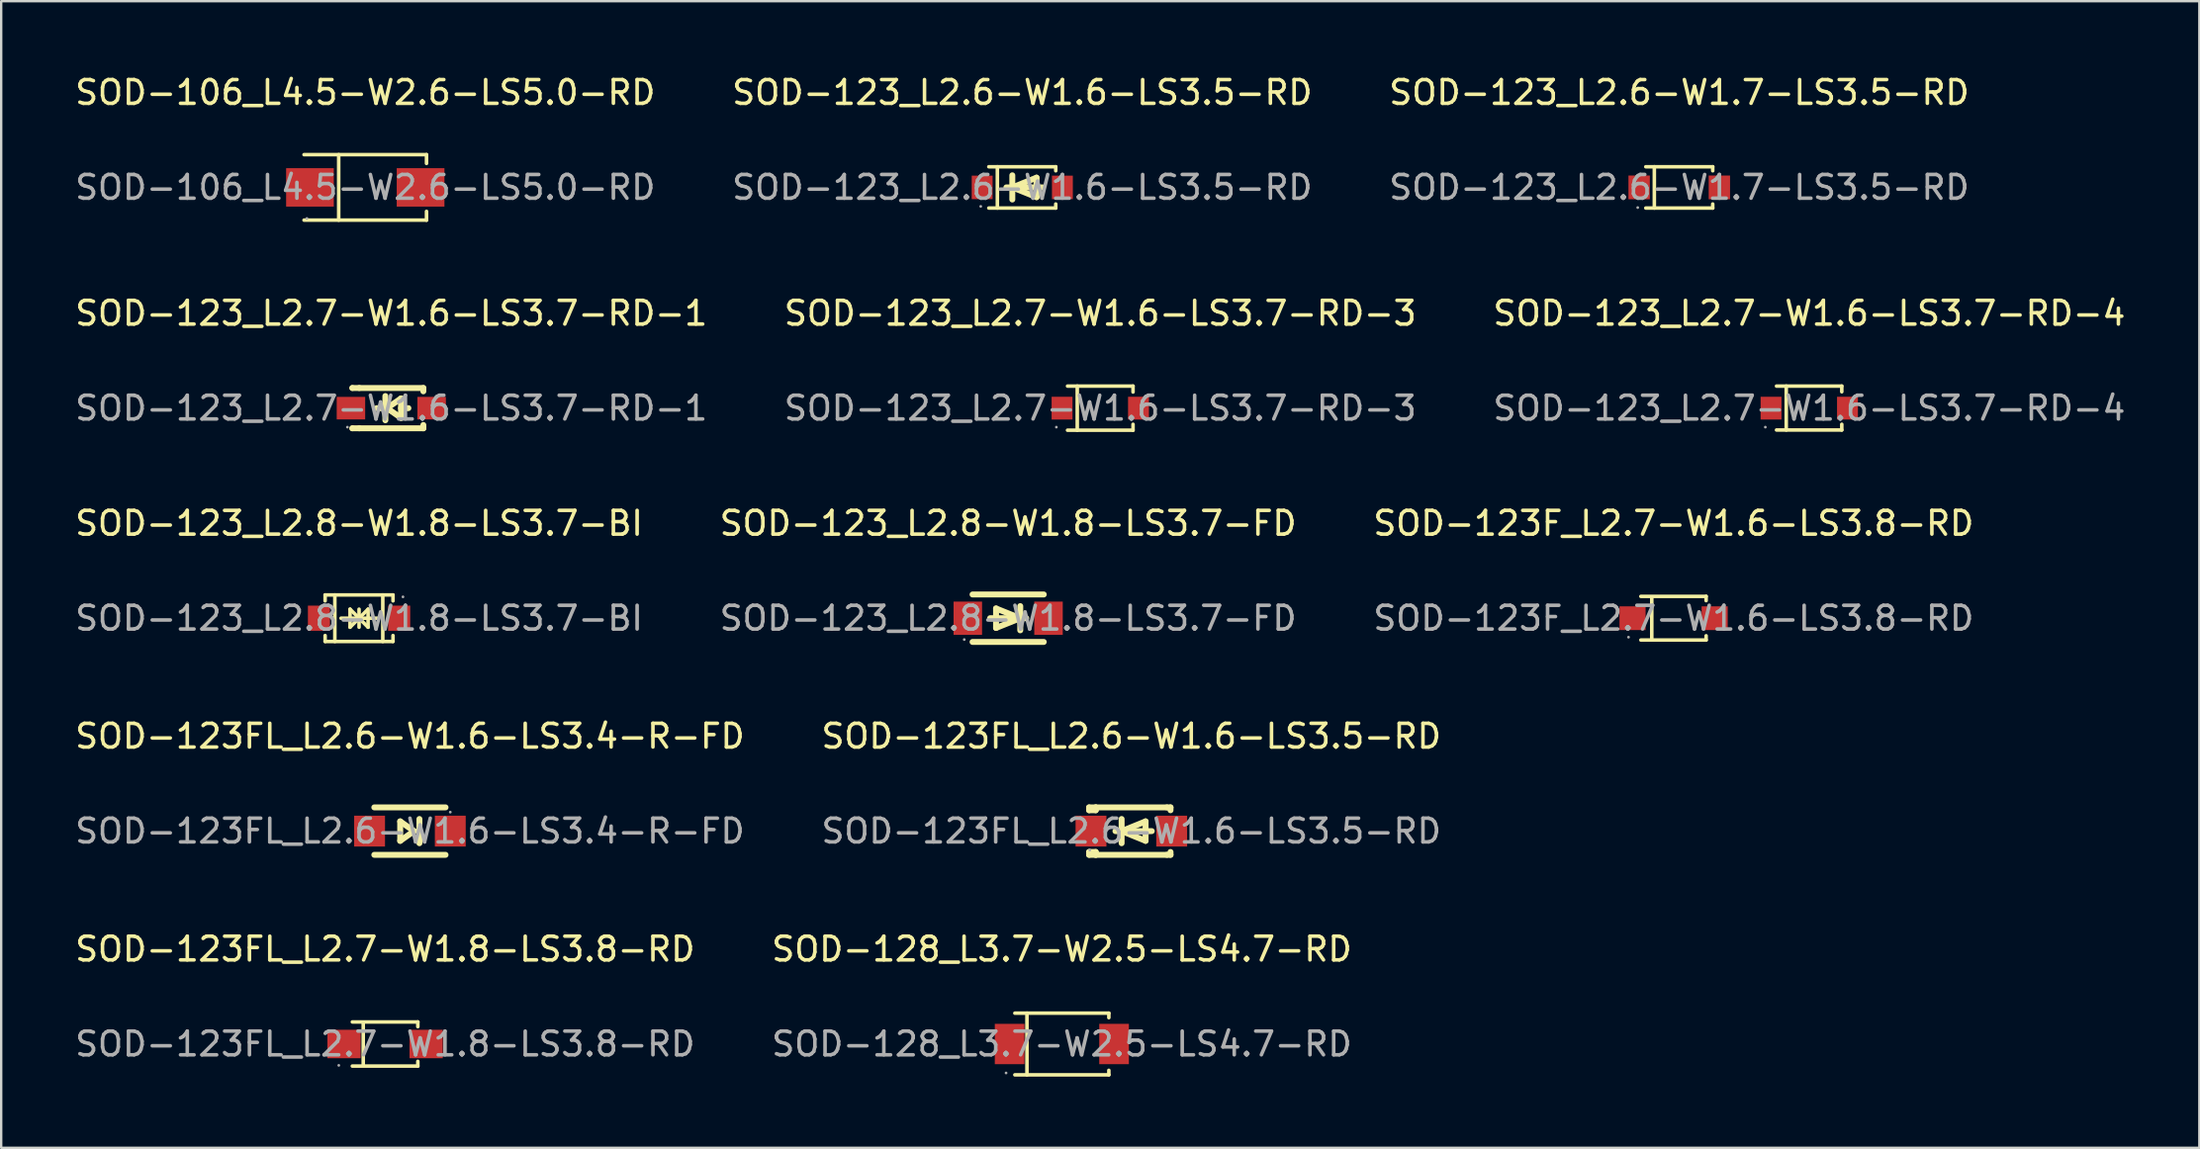
<source format=kicad_pcb>
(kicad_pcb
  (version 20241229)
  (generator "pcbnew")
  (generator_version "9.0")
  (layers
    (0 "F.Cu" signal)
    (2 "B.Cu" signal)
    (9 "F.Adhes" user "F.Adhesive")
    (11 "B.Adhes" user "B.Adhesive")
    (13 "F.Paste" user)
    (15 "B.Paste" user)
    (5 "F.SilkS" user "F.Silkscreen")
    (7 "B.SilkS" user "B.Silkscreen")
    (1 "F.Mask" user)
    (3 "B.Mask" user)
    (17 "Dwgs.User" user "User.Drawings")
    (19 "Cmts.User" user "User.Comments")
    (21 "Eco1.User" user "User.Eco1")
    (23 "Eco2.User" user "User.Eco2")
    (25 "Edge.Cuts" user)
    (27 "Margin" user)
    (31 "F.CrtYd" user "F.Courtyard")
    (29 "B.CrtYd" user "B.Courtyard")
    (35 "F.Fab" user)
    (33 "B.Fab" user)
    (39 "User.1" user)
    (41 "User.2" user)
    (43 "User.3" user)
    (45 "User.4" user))
  (footprint "SOD-123_L2.7-W1.6-LS3.7-RD-4"
    (layer "F.Cu")
    (at 73.173 14.152)
    (property "Reference" "SOD-123_L2.7-W1.6-LS3.7-RD-4" (at 0 -4 0) (layer "F.SilkS") (effects (font (size 1 1) (thickness 0.15))))
    (attr through_hole)
    (fp_line (start -1.38 -0.93) (end 1.37 -0.93) (stroke (width 0.15) (type solid)) (layer "F.SilkS"))
    (fp_line (start -1.38 0.92) (end 1.37 0.92) (stroke (width 0.15) (type solid)) (layer "F.SilkS"))
    (fp_line (start -0.97 -0.93) (end -0.97 0.92) (stroke (width 0.15) (type solid)) (layer "F.SilkS"))
    (fp_line (start 1.37 -0.93) (end 1.37 -0.69) (stroke (width 0.15) (type solid)) (layer "F.SilkS"))
    (fp_line (start 1.37 0.92) (end 1.37 0.68) (stroke (width 0.15) (type solid)) (layer "F.SilkS"))
    (fp_circle (center -1.85 0.8) (end -1.82 0.8) (stroke (width 0.06) (type solid)) (fill no) (layer "F.Fab"))
    (fp_text user "${REFERENCE}" (at 0 0 0) (layer "F.Fab") (effects (font (size 1 1) (thickness 0.15))))
    (pad "1" smd rect (at -1.61 0) (size 0.88 0.96) (layers "F.Cu" "F.Mask" "F.Paste"))
    (pad "2" smd rect (at 1.61 0) (size 0.88 0.96) (layers "F.Cu" "F.Mask" "F.Paste")))
  (footprint "SOD-123_L2.7-W1.6-LS3.7-RD-3"
    (layer "F.Cu")
    (at 43.304 14.152)
    (property "Reference" "SOD-123_L2.7-W1.6-LS3.7-RD-3" (at 0 -4 0) (layer "F.SilkS") (effects (font (size 1 1) (thickness 0.15))))
    (attr through_hole)
    (fp_line (start -1.38 -0.93) (end 1.38 -0.93) (stroke (width 0.15) (type solid)) (layer "F.SilkS"))
    (fp_line (start -1.38 0.93) (end 1.38 0.93) (stroke (width 0.15) (type solid)) (layer "F.SilkS"))
    (fp_line (start -0.97 -0.93) (end -0.97 0.93) (stroke (width 0.15) (type solid)) (layer "F.SilkS"))
    (fp_line (start 1.38 -0.93) (end 1.38 -0.68) (stroke (width 0.15) (type solid)) (layer "F.SilkS"))
    (fp_line (start 1.38 0.93) (end 1.38 0.68) (stroke (width 0.15) (type solid)) (layer "F.SilkS"))
    (fp_circle (center -1.85 0.8) (end -1.82 0.8) (stroke (width 0.06) (type solid)) (fill no) (layer "F.Fab"))
    (fp_text user "${REFERENCE}" (at 0 0 0) (layer "F.Fab") (effects (font (size 1 1) (thickness 0.15))))
    (pad "1" smd rect (at -1.61 0) (size 0.88 0.96) (layers "F.Cu" "F.Mask" "F.Paste"))
    (pad "2" smd rect (at 1.61 0) (size 0.88 0.96) (layers "F.Cu" "F.Mask" "F.Paste")))
  (footprint "SOD-123FL_L2.7-W1.8-LS3.8-RD"
    (layer "F.Cu")
    (at 13.173 40.951)
    (property "Reference" "SOD-123FL_L2.7-W1.8-LS3.8-RD" (at 0 -4 0) (layer "F.SilkS") (effects (font (size 1 1) (thickness 0.15))))
    (attr through_hole)
    (fp_line (start -1.38 -0.93) (end 1.38 -0.93) (stroke (width 0.15) (type solid)) (layer "F.SilkS"))
    (fp_line (start -1.38 0.93) (end 1.38 0.93) (stroke (width 0.15) (type solid)) (layer "F.SilkS"))
    (fp_line (start -0.92 -0.88) (end -0.92 0.88) (stroke (width 0.15) (type solid)) (layer "F.SilkS"))
    (fp_line (start 1.38 -0.93) (end 1.38 -0.73) (stroke (width 0.15) (type solid)) (layer "F.SilkS"))
    (fp_line (start 1.38 0.93) (end 1.38 0.73) (stroke (width 0.15) (type solid)) (layer "F.SilkS"))
    (fp_circle (center -1.95 0.9) (end -1.92 0.9) (stroke (width 0.06) (type solid)) (fill no) (layer "F.Fab"))
    (fp_text user "${REFERENCE}" (at 0 0 0) (layer "F.Fab") (effects (font (size 1 1) (thickness 0.15))))
    (pad "1" smd rect (at -1.73 0) (size 1.4 1.2) (layers "F.Cu" "F.Mask" "F.Paste"))
    (pad "2" smd rect (at 1.73 0) (size 1.4 1.2) (layers "F.Cu" "F.Mask" "F.Paste")))
  (footprint "SOD-123_L2.8-W1.8-LS3.7-BI"
    (layer "F.Cu")
    (at 12.077 23.005)
    (property "Reference" "SOD-123_L2.8-W1.8-LS3.7-BI" (at 0 -4 0) (layer "F.SilkS") (effects (font (size 1 1) (thickness 0.15))))
    (attr through_hole)
    (fp_line (start -1.43 -0.98) (end -1.43 -0.73) (stroke (width 0.15) (type solid)) (layer "F.SilkS"))
    (fp_line (start -1.43 -0.98) (end 1.43 -0.98) (stroke (width 0.15) (type solid)) (layer "F.SilkS"))
    (fp_line (start -1.43 0.98) (end -1.43 0.73) (stroke (width 0.15) (type solid)) (layer "F.SilkS"))
    (fp_line (start -1.43 0.98) (end 1.43 0.98) (stroke (width 0.15) (type solid)) (layer "F.SilkS"))
    (fp_line (start -1.02 -0.98) (end -1.02 0.98) (stroke (width 0.15) (type solid)) (layer "F.SilkS"))
    (fp_line (start -0.76 0) (end 0.76 0) (stroke (width 0.15) (type solid)) (layer "F.SilkS"))
    (fp_line (start -0.38 -0.38) (end 0 0) (stroke (width 0.15) (type solid)) (layer "F.SilkS"))
    (fp_line (start -0.38 0.38) (end -0.38 -0.38) (stroke (width 0.15) (type solid)) (layer "F.SilkS"))
    (fp_line (start 0 -0.38) (end 0 0.38) (stroke (width 0.15) (type solid)) (layer "F.SilkS"))
    (fp_line (start 0 0) (end -0.38 0.38) (stroke (width 0.15) (type solid)) (layer "F.SilkS"))
    (fp_line (start 0 0) (end 0.38 -0.38) (stroke (width 0.15) (type solid)) (layer "F.SilkS"))
    (fp_line (start 0.38 -0.38) (end 0.38 0.38) (stroke (width 0.15) (type solid)) (layer "F.SilkS"))
    (fp_line (start 0.38 0.38) (end 0 0) (stroke (width 0.15) (type solid)) (layer "F.SilkS"))
    (fp_line (start 1 -0.98) (end 1 0.98) (stroke (width 0.15) (type solid)) (layer "F.SilkS"))
    (fp_line (start 1.43 -0.98) (end 1.43 -0.73) (stroke (width 0.15) (type solid)) (layer "F.SilkS"))
    (fp_line (start 1.43 0.98) (end 1.43 0.73) (stroke (width 0.15) (type solid)) (layer "F.SilkS"))
    (fp_circle (center 1.85 -0.9) (end 1.88 -0.9) (stroke (width 0.06) (type solid)) (fill no) (layer "F.Fab"))
    (fp_text user "${REFERENCE}" (at 0 0 0) (layer "F.Fab") (effects (font (size 1 1) (thickness 0.15))))
    (pad "1" smd rect (at 1.69 0 180) (size 0.93 1.06) (layers "F.Cu" "F.Mask" "F.Paste"))
    (pad "2" smd rect (at -1.69 0 180) (size 0.93 1.06) (layers "F.Cu" "F.Mask" "F.Paste")))
  (footprint "SOD-123_L2.6-W1.7-LS3.5-RD"
    (layer "F.Cu")
    (at 67.696 4.848)
    (property "Reference" "SOD-123_L2.6-W1.7-LS3.5-RD" (at 0 -4 0) (layer "F.SilkS") (effects (font (size 1 1) (thickness 0.15))))
    (attr through_hole)
    (fp_line (start -1.41 -0.87) (end 1.41 -0.87) (stroke (width 0.15) (type solid)) (layer "F.SilkS"))
    (fp_line (start -1.41 0.87) (end 1.41 0.87) (stroke (width 0.15) (type solid)) (layer "F.SilkS"))
    (fp_line (start -1.05 -0.87) (end -1.05 0.87) (stroke (width 0.15) (type solid)) (layer "F.SilkS"))
    (fp_line (start 1.41 -0.87) (end 1.41 -0.7) (stroke (width 0.15) (type solid)) (layer "F.SilkS"))
    (fp_line (start 1.41 0.87) (end 1.41 0.7) (stroke (width 0.15) (type solid)) (layer "F.SilkS"))
    (fp_circle (center -1.75 0.85) (end -1.72 0.85) (stroke (width 0.06) (type solid)) (fill no) (layer "F.Fab"))
    (fp_text user "${REFERENCE}" (at 0 0 0) (layer "F.Fab") (effects (font (size 1 1) (thickness 0.15))))
    (pad "1" smd rect (at -1.69 0) (size 0.9 1) (layers "F.Cu" "F.Mask" "F.Paste"))
    (pad "2" smd rect (at 1.69 0) (size 0.9 1) (layers "F.Cu" "F.Mask" "F.Paste")))
  (footprint "SOD-123_L2.8-W1.8-LS3.7-FD"
    (layer "F.Cu")
    (at 39.423 23.005)
    (property "Reference" "SOD-123_L2.8-W1.8-LS3.7-FD" (at 0 -4 0) (layer "F.SilkS") (effects (font (size 1 1) (thickness 0.15))))
    (attr through_hole)
    (fp_line (start -1.5 -1) (end 1.5 -1) (stroke (width 0.25) (type solid)) (layer "F.SilkS"))
    (fp_line (start -1.5 1) (end 1.5 1) (stroke (width 0.25) (type solid)) (layer "F.SilkS"))
    (fp_line (start -0.51 -0.41) (end 0.51 0) (stroke (width 0.25) (type solid)) (layer "F.SilkS"))
    (fp_line (start -0.51 0.41) (end -0.51 -0.41) (stroke (width 0.25) (type solid)) (layer "F.SilkS"))
    (fp_line (start 0.51 0) (end -0.51 0.41) (stroke (width 0.25) (type solid)) (layer "F.SilkS"))
    (fp_line (start 0.51 0.51) (end 0.51 -0.51) (stroke (width 0.25) (type solid)) (layer "F.SilkS"))
    (fp_line (start 0.76 0) (end -0.76 0) (stroke (width 0.25) (type solid)) (layer "F.SilkS"))
    (fp_circle (center -1.85 0.9) (end -1.82 0.9) (stroke (width 0.06) (type solid)) (fill no) (layer "F.Fab"))
    (fp_text user "${REFERENCE}" (at 0 0 0) (layer "F.Fab") (effects (font (size 1 1) (thickness 0.15))))
    (pad "1" smd rect (at -1.7 0) (size 1.2 1.4) (layers "F.Cu" "F.Mask" "F.Paste"))
    (pad "2" smd rect (at 1.7 0) (size 1.2 1.4) (layers "F.Cu" "F.Mask" "F.Paste")))
  (footprint "SOD-123F_L2.7-W1.6-LS3.8-RD"
    (layer "F.Cu")
    (at 67.458 23.005)
    (property "Reference" "SOD-123F_L2.7-W1.6-LS3.8-RD" (at 0 -4 0) (layer "F.SilkS") (effects (font (size 1 1) (thickness 0.15))))
    (attr through_hole)
    (fp_line (start -1.38 -0.92) (end 1.37 -0.92) (stroke (width 0.15) (type solid)) (layer "F.SilkS"))
    (fp_line (start -1.38 0.92) (end 1.37 0.92) (stroke (width 0.15) (type solid)) (layer "F.SilkS"))
    (fp_line (start -0.92 -0.88) (end -0.92 0.88) (stroke (width 0.15) (type solid)) (layer "F.SilkS"))
    (fp_line (start 1.37 -0.92) (end 1.37 -0.74) (stroke (width 0.15) (type solid)) (layer "F.SilkS"))
    (fp_line (start 1.37 0.92) (end 1.37 0.74) (stroke (width 0.15) (type solid)) (layer "F.SilkS"))
    (fp_circle (center -1.9 0.8) (end -1.87 0.8) (stroke (width 0.06) (type solid)) (fill no) (layer "F.Fab"))
    (fp_text user "${REFERENCE}" (at 0 0 0) (layer "F.Fab") (effects (font (size 1 1) (thickness 0.15))))
    (pad "1" smd rect (at -1.73 0) (size 1.1 1) (layers "F.Cu" "F.Mask" "F.Paste"))
    (pad "2" smd rect (at 1.73 0) (size 1.1 1) (layers "F.Cu" "F.Mask" "F.Paste")))
  (footprint "SOD-123_L2.6-W1.6-LS3.5-RD"
    (layer "F.Cu")
    (at 40.018 4.848)
    (property "Reference" "SOD-123_L2.6-W1.6-LS3.5-RD" (at 0 -4 0) (layer "F.SilkS") (effects (font (size 1 1) (thickness 0.15))))
    (attr through_hole)
    (fp_line (start -1.41 -0.87) (end 1.41 -0.87) (stroke (width 0.15) (type solid)) (layer "F.SilkS"))
    (fp_line (start -1.41 0.87) (end 1.41 0.87) (stroke (width 0.15) (type solid)) (layer "F.SilkS"))
    (fp_line (start -1.05 -0.87) (end -1.05 0.87) (stroke (width 0.15) (type solid)) (layer "F.SilkS"))
    (fp_line (start -0.67 0) (end 0.85 0) (stroke (width 0.25) (type solid)) (layer "F.SilkS"))
    (fp_line (start -0.42 -0.51) (end -0.42 0.51) (stroke (width 0.25) (type solid)) (layer "F.SilkS"))
    (fp_line (start -0.42 0) (end 0.6 -0.41) (stroke (width 0.25) (type solid)) (layer "F.SilkS"))
    (fp_line (start 0.6 -0.41) (end 0.6 0.41) (stroke (width 0.25) (type solid)) (layer "F.SilkS"))
    (fp_line (start 0.6 0.41) (end -0.42 0) (stroke (width 0.25) (type solid)) (layer "F.SilkS"))
    (fp_line (start 1.41 -0.87) (end 1.41 -0.7) (stroke (width 0.15) (type solid)) (layer "F.SilkS"))
    (fp_line (start 1.41 0.87) (end 1.41 0.7) (stroke (width 0.15) (type solid)) (layer "F.SilkS"))
    (fp_circle (center -1.75 0.8) (end -1.72 0.8) (stroke (width 0.06) (type solid)) (fill no) (layer "F.Fab"))
    (fp_text user "${REFERENCE}" (at 0 0 0) (layer "F.Fab") (effects (font (size 1 1) (thickness 0.15))))
    (pad "1" smd rect (at -1.69 0) (size 0.88 0.99) (layers "F.Cu" "F.Mask" "F.Paste"))
    (pad "2" smd rect (at 1.69 0) (size 0.88 0.99) (layers "F.Cu" "F.Mask" "F.Paste")))
  (footprint "SOD-106_L4.5-W2.6-LS5.0-RD"
    (layer "F.Cu")
    (at 12.339 4.848)
    (property "Reference" "SOD-106_L4.5-W2.6-LS5.0-RD" (at 0 -4 0) (layer "F.SilkS") (effects (font (size 1 1) (thickness 0.15))))
    (attr through_hole)
    (fp_line (start -2.58 -1.38) (end 2.58 -1.38) (stroke (width 0.15) (type solid)) (layer "F.SilkS"))
    (fp_line (start -2.58 1.38) (end 2.58 1.38) (stroke (width 0.15) (type solid)) (layer "F.SilkS"))
    (fp_line (start -1.12 -1.38) (end -1.12 1.38) (stroke (width 0.15) (type solid)) (layer "F.SilkS"))
    (fp_line (start 2.58 -1.38) (end 2.58 -1.01) (stroke (width 0.15) (type solid)) (layer "F.SilkS"))
    (fp_line (start 2.58 1.38) (end 2.58 1.01) (stroke (width 0.15) (type solid)) (layer "F.SilkS"))
    (fp_circle (center -2.46 1.31) (end -2.43 1.31) (stroke (width 0.06) (type solid)) (fill no) (layer "F.Fab"))
    (fp_text user "${REFERENCE}" (at 0 0 0) (layer "F.Fab") (effects (font (size 1 1) (thickness 0.15))))
    (pad "1" smd rect (at -2.33 0 180) (size 2.01 1.62) (layers "F.Cu" "F.Mask" "F.Paste"))
    (pad "2" smd rect (at 2.33 0 180) (size 2.01 1.62) (layers "F.Cu" "F.Mask" "F.Paste")))
  (footprint "SOD-123FL_L2.6-W1.6-LS3.5-RD"
    (layer "F.Cu")
    (at 44.613 31.978)
    (property "Reference" "SOD-123FL_L2.6-W1.6-LS3.5-RD" (at 0 -4 0) (layer "F.SilkS") (effects (font (size 1 1) (thickness 0.15))))
    (attr through_hole)
    (fp_line (start -1.78 -1) (end -1.78 -0.88) (stroke (width 0.25) (type solid)) (layer "F.SilkS"))
    (fp_line (start -1.78 1) (end -1.78 0.88) (stroke (width 0.25) (type solid)) (layer "F.SilkS"))
    (fp_line (start -1.5 -1) (end -1.78 -1) (stroke (width 0.25) (type solid)) (layer "F.SilkS"))
    (fp_line (start -1.5 -1) (end -1.5 -0.88) (stroke (width 0.25) (type solid)) (layer "F.SilkS"))
    (fp_line (start -1.5 -1) (end 1.5 -1) (stroke (width 0.25) (type solid)) (layer "F.SilkS"))
    (fp_line (start -1.5 -0.88) (end -1.78 -0.88) (stroke (width 0.25) (type solid)) (layer "F.SilkS"))
    (fp_line (start -1.5 0.88) (end -1.78 0.88) (stroke (width 0.25) (type solid)) (layer "F.SilkS"))
    (fp_line (start -1.5 0.88) (end -1.5 1) (stroke (width 0.25) (type solid)) (layer "F.SilkS"))
    (fp_line (start -1.5 1) (end -1.78 1) (stroke (width 0.25) (type solid)) (layer "F.SilkS"))
    (fp_line (start -0.67 0) (end 0.86 0) (stroke (width 0.25) (type solid)) (layer "F.SilkS"))
    (fp_line (start -0.41 -0.51) (end -0.41 0.51) (stroke (width 0.25) (type solid)) (layer "F.SilkS"))
    (fp_line (start -0.41 0) (end 0.6 -0.41) (stroke (width 0.25) (type solid)) (layer "F.SilkS"))
    (fp_line (start 0.6 -0.41) (end 0.6 0.41) (stroke (width 0.25) (type solid)) (layer "F.SilkS"))
    (fp_line (start 0.6 0.41) (end -0.41 0) (stroke (width 0.25) (type solid)) (layer "F.SilkS"))
    (fp_line (start 1.5 -1) (end 1.65 -1) (stroke (width 0.25) (type solid)) (layer "F.SilkS"))
    (fp_line (start 1.5 1) (end -1.5 1) (stroke (width 0.25) (type solid)) (layer "F.SilkS"))
    (fp_line (start 1.65 -1) (end 1.65 -0.88) (stroke (width 0.25) (type solid)) (layer "F.SilkS"))
    (fp_line (start 1.65 0.88) (end 1.65 1) (stroke (width 0.25) (type solid)) (layer "F.SilkS"))
    (fp_line (start 1.65 1) (end 1.5 1) (stroke (width 0.25) (type solid)) (layer "F.SilkS"))
    (fp_circle (center -1.75 0.8) (end -1.72 0.8) (stroke (width 0.06) (type solid)) (fill no) (layer "F.Fab"))
    (fp_text user "${REFERENCE}" (at 0 0 0) (layer "F.Fab") (effects (font (size 1 1) (thickness 0.15))))
    (pad "1" smd rect (at -1.7 0) (size 1.3 1.3) (layers "F.Cu" "F.Mask" "F.Paste"))
    (pad "2" smd rect (at 1.7 0) (size 1.3 1.3) (layers "F.Cu" "F.Mask" "F.Paste")))
  (footprint "SOD-123FL_L2.6-W1.6-LS3.4-R-FD"
    (layer "F.Cu")
    (at 14.22 31.978)
    (property "Reference" "SOD-123FL_L2.6-W1.6-LS3.4-R-FD" (at 0 -4 0) (layer "F.SilkS") (effects (font (size 1 1) (thickness 0.15))))
    (attr through_hole)
    (fp_line (start -1.5 -1) (end 1.5 -1) (stroke (width 0.25) (type solid)) (layer "F.SilkS"))
    (fp_line (start -0.41 -0.41) (end 0.17 0) (stroke (width 0.25) (type solid)) (layer "F.SilkS"))
    (fp_line (start -0.41 0.41) (end -0.41 -0.41) (stroke (width 0.25) (type solid)) (layer "F.SilkS"))
    (fp_line (start 0.17 0) (end -0.41 0.41) (stroke (width 0.25) (type solid)) (layer "F.SilkS"))
    (fp_line (start 0.4 0.51) (end 0.4 -0.51) (stroke (width 0.25) (type solid)) (layer "F.SilkS"))
    (fp_line (start 1.5 1) (end -1.5 1) (stroke (width 0.25) (type solid)) (layer "F.SilkS"))
    (fp_circle (center 1.7 -0.8) (end 1.73 -0.8) (stroke (width 0.06) (type solid)) (fill no) (layer "F.Fab"))
    (fp_text user "${REFERENCE}" (at 0 0 0) (layer "F.Fab") (effects (font (size 1 1) (thickness 0.15))))
    (pad "1" smd rect (at 1.7 0 180) (size 1.3 1.3) (layers "F.Cu" "F.Mask" "F.Paste"))
    (pad "2" smd rect (at -1.7 0 180) (size 1.3 1.3) (layers "F.Cu" "F.Mask" "F.Paste")))
  (footprint "SOD-128_L3.7-W2.5-LS4.7-RD"
    (layer "F.Cu")
    (at 41.685 40.951)
    (property "Reference" "SOD-128_L3.7-W2.5-LS4.7-RD" (at 0 -4 0) (layer "F.SilkS") (effects (font (size 1 1) (thickness 0.15))))
    (attr through_hole)
    (fp_line (start -1.98 -1.3) (end 1.98 -1.3) (stroke (width 0.15) (type solid)) (layer "F.SilkS"))
    (fp_line (start -1.98 1.3) (end 1.98 1.3) (stroke (width 0.15) (type solid)) (layer "F.SilkS"))
    (fp_line (start -1.47 -1.3) (end -1.47 1.3) (stroke (width 0.15) (type solid)) (layer "F.SilkS"))
    (fp_line (start 1.98 -1.3) (end 1.98 -1.11) (stroke (width 0.15) (type solid)) (layer "F.SilkS"))
    (fp_line (start 1.98 1.3) (end 1.98 1.11) (stroke (width 0.15) (type solid)) (layer "F.SilkS"))
    (fp_circle (center -2.35 1.22) (end -2.32 1.22) (stroke (width 0.06) (type solid)) (fill no) (layer "F.Fab"))
    (fp_text user "${REFERENCE}" (at 0 0 0) (layer "F.Fab") (effects (font (size 1 1) (thickness 0.15))))
    (pad "1" smd rect (at -2.2 0 180) (size 1.25 1.7) (layers "F.Cu" "F.Mask" "F.Paste"))
    (pad "2" smd rect (at 2.2 0 180) (size 1.25 1.7) (layers "F.Cu" "F.Mask" "F.Paste")))
  (footprint "SOD-123_L2.7-W1.6-LS3.7-RD-1"
    (layer "F.Cu")
    (at 13.435 14.152)
    (property "Reference" "SOD-123_L2.7-W1.6-LS3.7-RD-1" (at 0 -4 0) (layer "F.SilkS") (effects (font (size 1 1) (thickness 0.15))))
    (attr through_hole)
    (fp_line (start -1.64 -0.85) (end -1.64 -0.85) (stroke (width 0.25) (type solid)) (layer "F.SilkS"))
    (fp_line (start -1.64 0.85) (end -1.64 0.85) (stroke (width 0.25) (type solid)) (layer "F.SilkS"))
    (fp_line (start -1.35 -0.85) (end -1.64 -0.85) (stroke (width 0.25) (type solid)) (layer "F.SilkS"))
    (fp_line (start -1.35 -0.85) (end 1.35 -0.85) (stroke (width 0.25) (type solid)) (layer "F.SilkS"))
    (fp_line (start -1.35 0.85) (end -1.64 0.85) (stroke (width 0.25) (type solid)) (layer "F.SilkS"))
    (fp_line (start -0.28 0) (end -0.61 0) (stroke (width 0.25) (type solid)) (layer "F.SilkS"))
    (fp_line (start -0.25 -0.51) (end -0.25 0.51) (stroke (width 0.25) (type solid)) (layer "F.SilkS"))
    (fp_line (start -0.18 0) (end 0.41 -0.41) (stroke (width 0.25) (type solid)) (layer "F.SilkS"))
    (fp_line (start 0.41 -0.41) (end 0.41 0.41) (stroke (width 0.25) (type solid)) (layer "F.SilkS"))
    (fp_line (start 0.41 0) (end 0.72 0) (stroke (width 0.25) (type solid)) (layer "F.SilkS"))
    (fp_line (start 0.41 0.41) (end -0.18 0) (stroke (width 0.25) (type solid)) (layer "F.SilkS"))
    (fp_line (start 1.35 -0.85) (end 1.35 -0.71) (stroke (width 0.25) (type solid)) (layer "F.SilkS"))
    (fp_line (start 1.35 0.71) (end 1.35 0.85) (stroke (width 0.25) (type solid)) (layer "F.SilkS"))
    (fp_line (start 1.35 0.85) (end -1.35 0.85) (stroke (width 0.25) (type solid)) (layer "F.SilkS"))
    (fp_circle (center -1.85 0.8) (end -1.82 0.8) (stroke (width 0.06) (type solid)) (fill no) (layer "F.Fab"))
    (fp_text user "${REFERENCE}" (at 0 0 0) (layer "F.Fab") (effects (font (size 1 1) (thickness 0.15))))
    (pad "1" smd rect (at -1.7 0) (size 1.2 0.95) (layers "F.Cu" "F.Mask" "F.Paste"))
    (pad "2" smd rect (at 1.7 0) (size 1.2 0.95) (layers "F.Cu" "F.Mask" "F.Paste")))
  (gr_rect
    (start -3 -3)
    (end 89.607 45.326)
    (stroke (width 0.1) (type default))
    (fill no)
    (layer "Edge.Cuts")))
</source>
